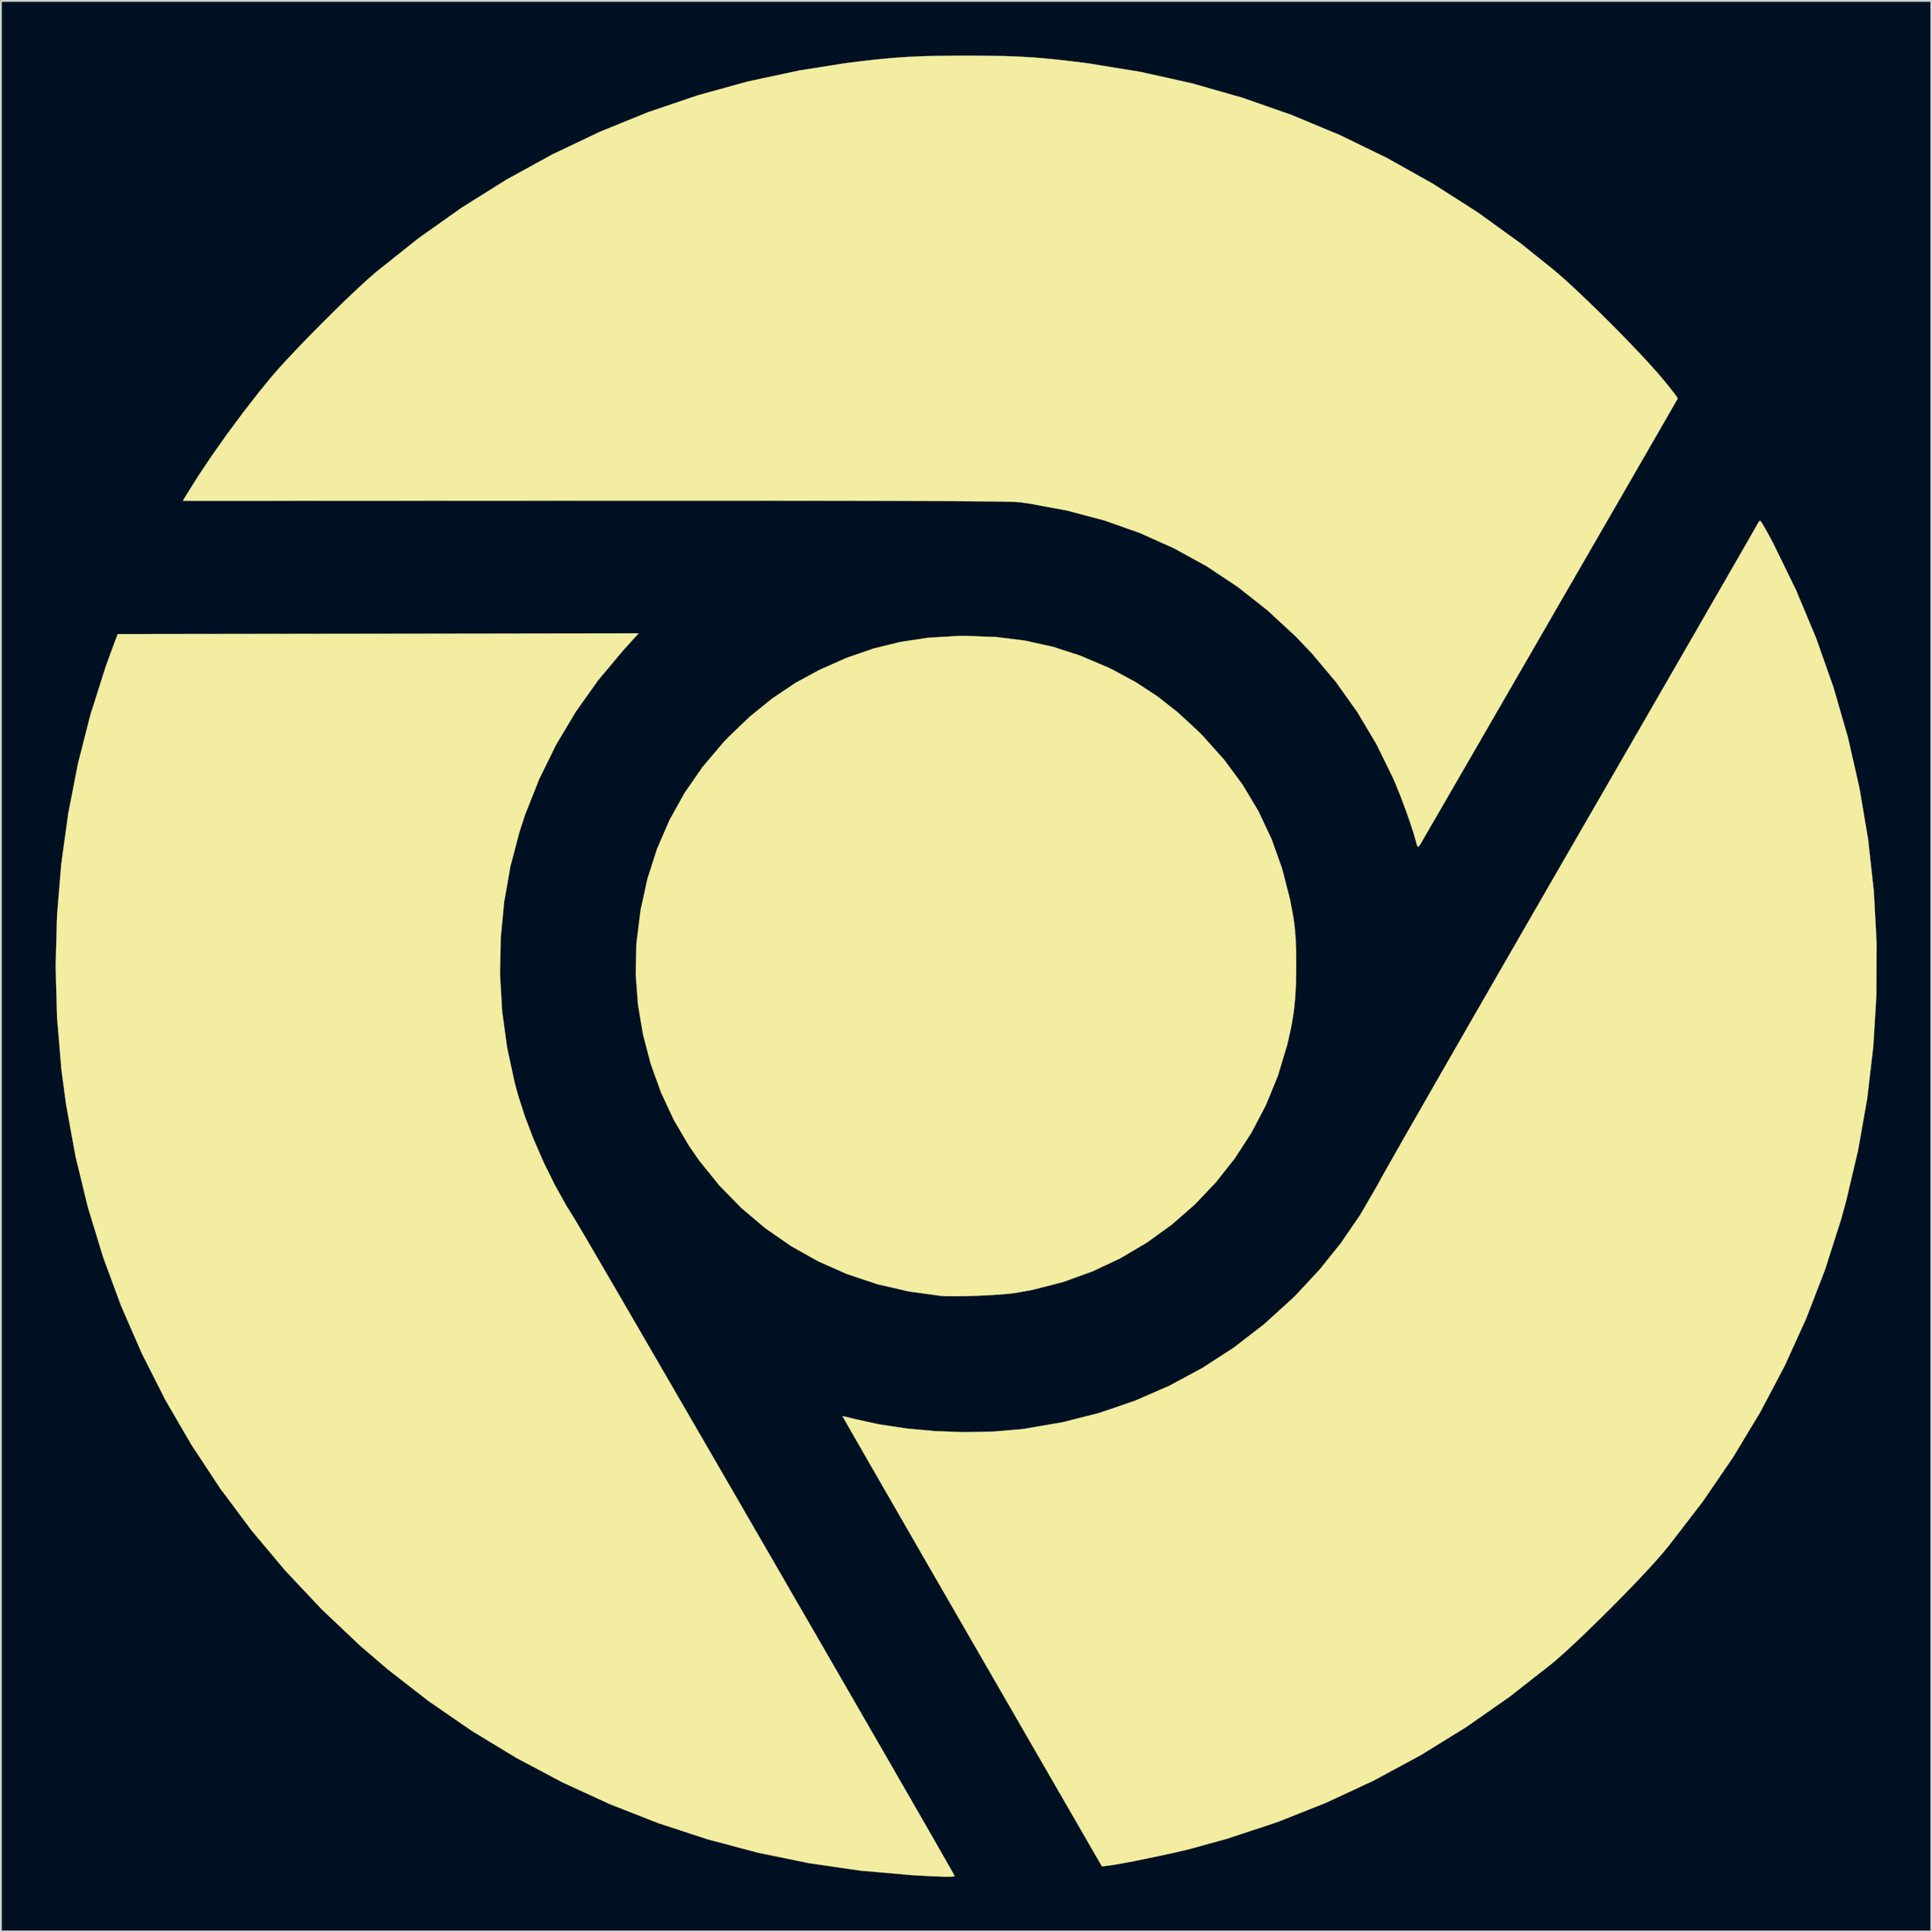
<source format=kicad_pcb>
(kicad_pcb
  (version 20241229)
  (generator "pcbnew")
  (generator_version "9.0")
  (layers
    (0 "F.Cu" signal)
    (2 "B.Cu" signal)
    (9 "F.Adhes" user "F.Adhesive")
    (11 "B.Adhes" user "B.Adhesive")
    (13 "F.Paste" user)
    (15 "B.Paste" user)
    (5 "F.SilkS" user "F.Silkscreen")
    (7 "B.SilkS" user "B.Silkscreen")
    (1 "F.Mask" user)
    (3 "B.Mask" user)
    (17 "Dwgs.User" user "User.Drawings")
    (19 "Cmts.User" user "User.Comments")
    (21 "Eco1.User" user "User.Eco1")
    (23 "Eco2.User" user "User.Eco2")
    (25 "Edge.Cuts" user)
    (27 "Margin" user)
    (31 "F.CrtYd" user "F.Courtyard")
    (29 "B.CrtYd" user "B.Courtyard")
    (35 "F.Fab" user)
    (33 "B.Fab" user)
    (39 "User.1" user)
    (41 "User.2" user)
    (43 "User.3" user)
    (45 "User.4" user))
  (footprint "chrome3_10x10_B"
    (layer "F.Cu")
    (at 49.928 49.91)
    (property "Reference" "chrome3_10x10_B" (at 0 0 0) (layer "F.SilkS") (effects (font (size 1.524 1.524) (thickness 0.3))))
    (attr through_hole)
    (fp_poly (pts (xy 1.705 -18.001) (xy 3.285 -17.803) (xy 4.81 -17.464) (xy 6.31 -16.978) (xy 7.813 -16.339) (xy 8.094 -16.203) (xy 9.352 -15.522) (xy 10.523 -14.756) (xy 11.641 -13.879) (xy 12.74 -12.866) (xy 13.044 -12.56) (xy 14.207 -11.258) (xy 15.218 -9.886) (xy 16.082 -8.44) (xy 16.801 -6.913) (xy 17.378 -5.298) (xy 17.816 -3.589) (xy 18.003 -2.582) (xy 18.07 -2.083) (xy 18.117 -1.527) (xy 18.144 -0.879) (xy 18.154 -0.104) (xy 18.154 0.042) (xy 18.141 0.979) (xy 18.098 1.8) (xy 18.018 2.558) (xy 17.896 3.307) (xy 17.725 4.098) (xy 17.649 4.409) (xy 17.146 6.076) (xy 16.496 7.668) (xy 15.708 9.177) (xy 14.788 10.597) (xy 13.746 11.918) (xy 12.589 13.135) (xy 11.326 14.239) (xy 9.965 15.224) (xy 8.513 16.082) (xy 6.978 16.805) (xy 5.37 17.387) (xy 3.696 17.819) (xy 2.752 17.99) (xy 2.365 18.037) (xy 1.859 18.079) (xy 1.277 18.116) (xy 0.658 18.145) (xy 0.044 18.164) (xy -0.524 18.173) (xy -1.005 18.169) (xy -1.355 18.151) (xy -3.128 17.907) (xy -4.843 17.508) (xy -6.494 16.957) (xy -8.072 16.259) (xy -9.569 15.419) (xy -10.979 14.441) (xy -12.294 13.33) (xy -13.505 12.09) (xy -14.607 10.726) (xy -15.175 9.906) (xy -16.008 8.485) (xy -16.709 6.978) (xy -17.274 5.405) (xy -17.697 3.787) (xy -17.971 2.146) (xy -18.093 0.503) (xy -18.056 -1.122) (xy -18.047 -1.24) (xy -17.823 -3.03) (xy -17.446 -4.748) (xy -16.917 -6.392) (xy -16.236 -7.963) (xy -15.403 -9.457) (xy -14.42 -10.875) (xy -13.287 -12.214) (xy -13.039 -12.476) (xy -11.836 -13.631) (xy -10.6 -14.632) (xy -9.313 -15.493) (xy -8.043 -16.184) (xy -6.542 -16.852) (xy -5.062 -17.366) (xy -3.572 -17.734) (xy -2.039 -17.963) (xy -0.432 -18.061) (xy 0.042 -18.066) (xy 1.705 -18.001)) (stroke (width 0.01) (type solid)) (fill yes) (layer "F.SilkS"))
    (fp_poly (pts (xy -18.799 -17.251) (xy -20.165 -15.617) (xy -21.386 -13.897) (xy -22.461 -12.096) (xy -23.385 -10.218) (xy -24.158 -8.268) (xy -24.471 -7.315) (xy -24.968 -5.422) (xy -25.311 -3.473) (xy -25.501 -1.488) (xy -25.539 0.518) (xy -25.423 2.526) (xy -25.153 4.519) (xy -24.73 6.478) (xy -24.552 7.133) (xy -24.164 8.336) (xy -23.682 9.593) (xy -23.129 10.856) (xy -22.526 12.077) (xy -21.896 13.207) (xy -21.511 13.824) (xy -21.427 13.962) (xy -21.264 14.236) (xy -21.027 14.638) (xy -20.721 15.16) (xy -20.35 15.795) (xy -19.918 16.535) (xy -19.43 17.372) (xy -18.891 18.3) (xy -18.304 19.309) (xy -17.675 20.393) (xy -17.006 21.544) (xy -16.304 22.755) (xy -15.573 24.017) (xy -14.816 25.323) (xy -14.038 26.665) (xy -13.244 28.036) (xy -12.438 29.428) (xy -11.625 30.834) (xy -10.808 32.245) (xy -9.993 33.654) (xy -9.184 35.054) (xy -8.385 36.437) (xy -7.6 37.795) (xy -6.835 39.12) (xy -6.093 40.405) (xy -5.379 41.643) (xy -4.697 42.825) (xy -4.052 43.944) (xy -3.448 44.993) (xy -2.889 45.963) (xy -2.381 46.847) (xy -1.927 47.638) (xy -1.532 48.327) (xy -1.2 48.908) (xy -0.936 49.372) (xy -0.743 49.712) (xy -0.628 49.92) (xy -0.593 49.988) (xy -0.652 50.013) (xy -0.835 50.024) (xy -1.153 50.023) (xy -1.613 50.007) (xy -2.224 49.979) (xy -2.879 49.943) (xy -5.745 49.695) (xy -8.584 49.282) (xy -11.389 48.707) (xy -14.152 47.972) (xy -16.867 47.082) (xy -19.525 46.038) (xy -22.12 44.845) (xy -24.645 43.504) (xy -27.092 42.019) (xy -29.454 40.393) (xy -31.723 38.629) (xy -33.222 37.341) (xy -35.339 35.336) (xy -37.325 33.227) (xy -39.178 31.019) (xy -40.893 28.718) (xy -42.47 26.33) (xy -43.904 23.861) (xy -45.192 21.316) (xy -46.333 18.701) (xy -47.321 16.021) (xy -48.156 13.283) (xy -48.834 10.492) (xy -49.351 7.653) (xy -49.609 5.711) (xy -49.844 2.906) (xy -49.923 0.087) (xy -49.846 -2.733) (xy -49.616 -5.538) (xy -49.233 -8.316) (xy -48.7 -11.053) (xy -48.017 -13.735) (xy -47.188 -16.347) (xy -46.884 -17.187) (xy -46.52 -18.161) (xy -32.229 -18.182) (xy -17.937 -18.204) (xy -18.799 -17.251)) (stroke (width 0.01) (type solid)) (fill yes) (layer "F.SilkS"))
    (fp_poly (pts (xy 43.672 -24.313) (xy 43.794 -24.116) (xy 43.965 -23.819) (xy 44.168 -23.447) (xy 44.312 -23.177) (xy 45.576 -20.588) (xy 46.684 -17.94) (xy 47.635 -15.241) (xy 48.427 -12.498) (xy 49.06 -9.717) (xy 49.534 -6.907) (xy 49.847 -4.074) (xy 50 -1.226) (xy 49.99 1.63) (xy 49.818 4.487) (xy 49.483 7.337) (xy 48.983 10.174) (xy 48.319 12.99) (xy 48.044 13.985) (xy 47.167 16.726) (xy 46.136 19.398) (xy 44.951 22.005) (xy 43.61 24.546) (xy 42.114 27.024) (xy 40.46 29.441) (xy 38.648 31.798) (xy 38.305 32.216) (xy 37.913 32.67) (xy 37.418 33.214) (xy 36.841 33.827) (xy 36.207 34.484) (xy 35.537 35.164) (xy 34.853 35.844) (xy 34.18 36.501) (xy 33.539 37.113) (xy 32.952 37.656) (xy 32.444 38.109) (xy 32.216 38.303) (xy 29.873 40.142) (xy 27.461 41.827) (xy 24.979 43.359) (xy 22.43 44.736) (xy 19.814 45.957) (xy 17.133 47.023) (xy 14.388 47.932) (xy 12.29 48.511) (xy 11.834 48.621) (xy 11.286 48.745) (xy 10.681 48.877) (xy 10.053 49.008) (xy 9.437 49.133) (xy 8.869 49.244) (xy 8.384 49.333) (xy 8.015 49.393) (xy 7.916 49.407) (xy 7.493 49.46) (xy 0.367 37.113) (xy -0.403 35.779) (xy -1.149 34.485) (xy -1.868 33.239) (xy -2.554 32.048) (xy -3.204 30.919) (xy -3.814 29.861) (xy -4.378 28.881) (xy -4.893 27.986) (xy -5.354 27.185) (xy -5.756 26.484) (xy -6.097 25.891) (xy -6.37 25.414) (xy -6.572 25.06) (xy -6.698 24.837) (xy -6.745 24.753) (xy -6.745 24.753) (xy -6.663 24.766) (xy -6.457 24.814) (xy -6.169 24.886) (xy -6.096 24.905) (xy -4.697 25.21) (xy -3.192 25.434) (xy -1.625 25.576) (xy -0.039 25.631) (xy 1.52 25.598) (xy 3.009 25.474) (xy 3.26 25.442) (xy 5.341 25.085) (xy 7.359 24.572) (xy 9.311 23.903) (xy 11.193 23.082) (xy 13 22.11) (xy 14.728 20.989) (xy 16.373 19.721) (xy 17.931 18.308) (xy 18.121 18.121) (xy 19.428 16.719) (xy 20.601 15.258) (xy 21.664 13.705) (xy 22.638 12.029) (xy 22.754 11.811) (xy 22.858 11.62) (xy 23.043 11.29) (xy 23.304 10.828) (xy 23.639 10.24) (xy 24.041 9.533) (xy 24.509 8.715) (xy 25.037 7.793) (xy 25.621 6.773) (xy 26.258 5.663) (xy 26.943 4.469) (xy 27.673 3.2) (xy 28.443 1.861) (xy 29.25 0.46) (xy 30.089 -0.996) (xy 30.956 -2.5) (xy 31.847 -4.045) (xy 32.758 -5.625) (xy 33.397 -6.731) (xy 34.311 -8.314) (xy 35.204 -9.86) (xy 36.07 -11.362) (xy 36.908 -12.813) (xy 37.712 -14.207) (xy 38.48 -15.538) (xy 39.207 -16.799) (xy 39.89 -17.983) (xy 40.524 -19.085) (xy 41.107 -20.097) (xy 41.635 -21.013) (xy 42.103 -21.827) (xy 42.508 -22.531) (xy 42.847 -23.121) (xy 43.115 -23.588) (xy 43.309 -23.927) (xy 43.424 -24.131) (xy 43.459 -24.194) (xy 43.549 -24.339) (xy 43.612 -24.384) (xy 43.672 -24.313)) (stroke (width 0.01) (type solid)) (fill yes) (layer "F.SilkS"))
    (fp_poly (pts (xy 1.11 -49.9) (xy 2.05 -49.884) (xy 2.904 -49.854) (xy 3.714 -49.807) (xy 4.522 -49.741) (xy 5.368 -49.653) (xy 6.295 -49.54) (xy 6.766 -49.478) (xy 9.623 -49.013) (xy 12.434 -48.385) (xy 15.195 -47.598) (xy 17.901 -46.651) (xy 20.548 -45.548) (xy 23.132 -44.291) (xy 25.649 -42.88) (xy 28.095 -41.318) (xy 30.466 -39.607) (xy 32.343 -38.101) (xy 32.856 -37.654) (xy 33.455 -37.105) (xy 34.115 -36.48) (xy 34.811 -35.804) (xy 35.518 -35.101) (xy 36.211 -34.397) (xy 36.865 -33.716) (xy 37.455 -33.084) (xy 37.956 -32.526) (xy 38.172 -32.274) (xy 38.478 -31.904) (xy 38.74 -31.578) (xy 38.939 -31.319) (xy 39.059 -31.148) (xy 39.087 -31.088) (xy 39.008 -30.951) (xy 38.853 -30.68) (xy 38.625 -30.284) (xy 38.331 -29.773) (xy 37.976 -29.157) (xy 37.565 -28.444) (xy 37.104 -27.645) (xy 36.598 -26.767) (xy 36.052 -25.821) (xy 35.472 -24.816) (xy 34.863 -23.762) (xy 34.231 -22.666) (xy 33.58 -21.54) (xy 32.917 -20.392) (xy 32.247 -19.231) (xy 31.575 -18.068) (xy 30.907 -16.91) (xy 30.247 -15.768) (xy 29.601 -14.651) (xy 28.975 -13.568) (xy 28.375 -12.528) (xy 27.804 -11.541) (xy 27.27 -10.617) (xy 26.776 -9.763) (xy 26.33 -8.991) (xy 25.935 -8.308) (xy 25.597 -7.725) (xy 25.322 -7.251) (xy 25.116 -6.895) (xy 24.982 -6.666) (xy 24.928 -6.574) (xy 24.927 -6.573) (xy 24.857 -6.492) (xy 24.806 -6.52) (xy 24.751 -6.681) (xy 24.723 -6.784) (xy 24.577 -7.291) (xy 24.376 -7.903) (xy 24.138 -8.575) (xy 23.88 -9.259) (xy 23.619 -9.907) (xy 23.455 -10.287) (xy 22.549 -12.134) (xy 21.508 -13.882) (xy 20.327 -15.541) (xy 19 -17.117) (xy 18.122 -18.037) (xy 16.575 -19.468) (xy 14.946 -20.752) (xy 13.234 -21.888) (xy 11.441 -22.875) (xy 9.568 -23.713) (xy 7.616 -24.402) (xy 5.585 -24.942) (xy 3.476 -25.331) (xy 2.963 -25.401) (xy 2.817 -25.412) (xy 2.548 -25.422) (xy 2.152 -25.431) (xy 1.627 -25.439) (xy 0.97 -25.447) (xy 0.178 -25.454) (xy -0.75 -25.46) (xy -1.819 -25.466) (xy -3.03 -25.47) (xy -4.386 -25.475) (xy -5.89 -25.478) (xy -7.546 -25.481) (xy -9.354 -25.483) (xy -11.319 -25.485) (xy -13.443 -25.486) (xy -15.729 -25.486) (xy -18.178 -25.486) (xy -20.351 -25.485) (xy -42.945 -25.476) (xy -42.751 -25.798) (xy -42.092 -26.848) (xy -41.337 -27.976) (xy -40.512 -29.143) (xy -39.646 -30.311) (xy -38.766 -31.442) (xy -38.135 -32.216) (xy -37.733 -32.681) (xy -37.228 -33.235) (xy -36.644 -33.855) (xy -36.005 -34.517) (xy -35.335 -35.197) (xy -34.657 -35.87) (xy -33.994 -36.515) (xy -33.372 -37.106) (xy -32.812 -37.62) (xy -32.343 -38.03) (xy -30.03 -39.872) (xy -27.642 -41.564) (xy -25.182 -43.105) (xy -22.652 -44.494) (xy -20.058 -45.729) (xy -17.402 -46.808) (xy -14.688 -47.73) (xy -11.919 -48.493) (xy -9.1 -49.095) (xy -6.681 -49.478) (xy -5.702 -49.603) (xy -4.823 -49.703) (xy -4.003 -49.779) (xy -3.199 -49.834) (xy -2.371 -49.872) (xy -1.476 -49.894) (xy -0.473 -49.904) (xy 0.042 -49.905) (xy 1.11 -49.9)) (stroke (width 0.01) (type solid)) (fill yes) (layer "F.SilkS")))
  (gr_rect
    (start -3 -3)
    (end 102.933 102.939)
    (stroke (width 0.1) (type default))
    (fill no)
    (layer "Edge.Cuts")))
</source>
